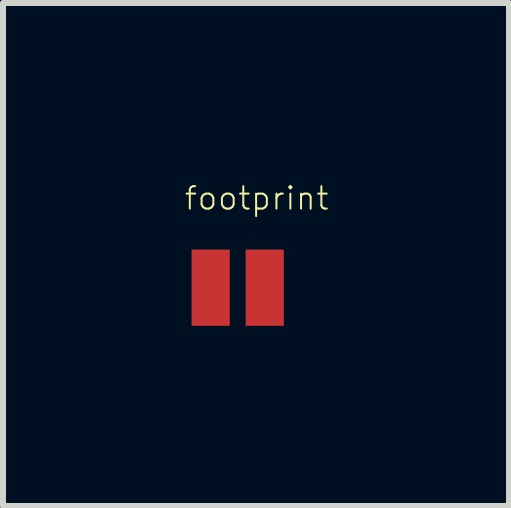
<source format=kicad_pcb>
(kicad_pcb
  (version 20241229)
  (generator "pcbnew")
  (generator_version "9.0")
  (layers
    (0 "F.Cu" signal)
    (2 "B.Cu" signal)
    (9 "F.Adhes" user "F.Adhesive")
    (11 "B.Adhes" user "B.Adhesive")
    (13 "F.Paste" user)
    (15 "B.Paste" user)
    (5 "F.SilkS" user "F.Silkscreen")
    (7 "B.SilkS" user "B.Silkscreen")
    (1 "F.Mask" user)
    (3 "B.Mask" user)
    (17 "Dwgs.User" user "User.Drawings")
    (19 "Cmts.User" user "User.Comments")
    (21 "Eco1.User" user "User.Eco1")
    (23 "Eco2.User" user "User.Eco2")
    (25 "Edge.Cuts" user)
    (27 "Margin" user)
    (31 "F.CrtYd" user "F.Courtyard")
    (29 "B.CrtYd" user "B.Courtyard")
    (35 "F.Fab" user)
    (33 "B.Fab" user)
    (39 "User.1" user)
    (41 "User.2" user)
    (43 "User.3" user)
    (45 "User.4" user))
  (footprint "footprint"
    (layer "F.Cu")
    (at 0.908 1.741)
    (property "Reference" "footprint" (at -0.908 -1.27 0) (layer "F.SilkS") (effects (font (size 0.374 0.374) (thickness 0.033)) (justify left bottom)))
    (pad "1" smd rect (at -0.45 0) (size 0.635 1.27) (layers "F.Cu" "F.Mask"))
    (pad "2" smd rect (at 0.45 0) (size 0.635 1.27) (layers "F.Cu" "F.Mask")))
  (gr_rect
    (start -3 -3)
    (end 5.426 5.376)
    (stroke (width 0.1) (type default))
    (fill no)
    (layer "Edge.Cuts")))
</source>
